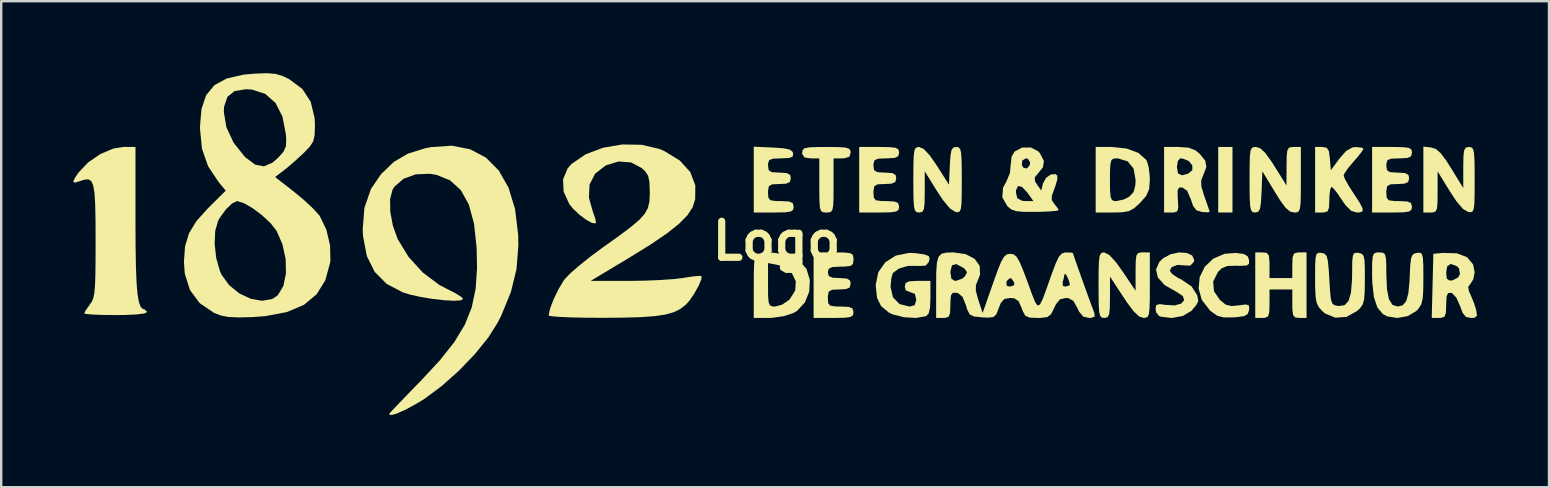
<source format=kicad_pcb>
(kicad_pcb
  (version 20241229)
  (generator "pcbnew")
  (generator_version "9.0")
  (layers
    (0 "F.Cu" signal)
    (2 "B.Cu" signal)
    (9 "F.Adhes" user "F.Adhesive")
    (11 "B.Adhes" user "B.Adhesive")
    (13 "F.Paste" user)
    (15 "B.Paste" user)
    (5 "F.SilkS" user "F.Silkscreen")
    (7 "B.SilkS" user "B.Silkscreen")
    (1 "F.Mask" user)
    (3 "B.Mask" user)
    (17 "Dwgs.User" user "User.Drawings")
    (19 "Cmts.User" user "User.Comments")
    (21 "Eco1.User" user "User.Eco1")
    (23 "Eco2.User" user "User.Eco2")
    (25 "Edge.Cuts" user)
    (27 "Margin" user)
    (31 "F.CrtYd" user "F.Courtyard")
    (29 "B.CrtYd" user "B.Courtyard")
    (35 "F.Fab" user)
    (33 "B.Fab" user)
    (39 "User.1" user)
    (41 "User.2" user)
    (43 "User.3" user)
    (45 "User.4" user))
  (footprint "Logo"
    (layer "F.Cu")
    (at 29.299 6.989)
    (property "Reference" "Logo" (at 0 0 0) (layer "F.SilkS") (effects (font (size 1.5 1.5) (thickness 0.3))))
    (attr board_only exclude_from_pos_files exclude_from_bom)
    (fp_poly (pts (xy 18.991 -2.552) (xy 18.991 -1.187) (xy 18.694 -1.187) (xy 18.397 -1.187) (xy 18.397 -2.552) (xy 18.397 -3.917) (xy 18.694 -3.917) (xy 18.991 -3.917)) (stroke (width 0) (type solid)) (fill yes) (layer "F.SilkS"))
    (fp_poly (pts (xy 2.568 -3.912) (xy 2.867 -3.892) (xy 3.022 -3.844) (xy 3.079 -3.759) (xy 3.086 -3.679) (xy 3.03 -3.506) (xy 2.822 -3.445) (xy 2.73 -3.442) (xy 2.374 -3.442) (xy 2.374 -2.314) (xy 2.372 -1.792) (xy 2.358 -1.463) (xy 2.32 -1.282) (xy 2.247 -1.205) (xy 2.127 -1.187) (xy 2.077 -1.187) (xy 1.94 -1.195) (xy 1.853 -1.248) (xy 1.805 -1.391) (xy 1.785 -1.668) (xy 1.78 -2.124) (xy 1.78 -2.314) (xy 1.78 -3.442) (xy 1.424 -3.442) (xy 1.164 -3.479) (xy 1.072 -3.618) (xy 1.068 -3.679) (xy 1.087 -3.795) (xy 1.174 -3.865) (xy 1.376 -3.902) (xy 1.74 -3.915) (xy 2.077 -3.917)) (stroke (width 0) (type solid)) (fill yes) (layer "F.SilkS"))
    (fp_poly (pts (xy 20.42 0.497) (xy 20.507 0.606) (xy 20.533 0.865) (xy 20.534 1.009) (xy 20.534 1.543) (xy 21.008 1.543) (xy 21.483 1.543) (xy 21.483 1.009) (xy 21.495 0.679) (xy 21.556 0.523) (xy 21.7 0.477) (xy 21.78 0.475) (xy 22.077 0.475) (xy 22.077 1.84) (xy 22.077 3.205) (xy 21.78 3.205) (xy 21.604 3.185) (xy 21.516 3.087) (xy 21.486 2.849) (xy 21.483 2.611) (xy 21.483 2.018) (xy 21.008 2.018) (xy 20.534 2.018) (xy 20.534 2.611) (xy 20.524 2.963) (xy 20.475 3.139) (xy 20.356 3.199) (xy 20.237 3.205) (xy 19.94 3.205) (xy 19.94 1.84) (xy 19.94 0.475) (xy 20.237 0.475)) (stroke (width 0) (type solid)) (fill yes) (layer "F.SilkS"))
    (fp_poly (pts (xy 19.467 0.543) (xy 19.628 0.641) (xy 19.68 0.792) (xy 19.68 0.949) (xy 19.582 1.021) (xy 19.329 1.035) (xy 19.165 1.03) (xy 18.787 1.041) (xy 18.547 1.132) (xy 18.387 1.289) (xy 18.186 1.69) (xy 18.22 2.092) (xy 18.465 2.452) (xy 18.707 2.651) (xy 18.956 2.71) (xy 19.245 2.682) (xy 19.546 2.644) (xy 19.674 2.681) (xy 19.689 2.817) (xy 19.682 2.875) (xy 19.629 3.038) (xy 19.487 3.126) (xy 19.194 3.17) (xy 19.029 3.181) (xy 18.63 3.184) (xy 18.359 3.114) (xy 18.107 2.939) (xy 18.045 2.884) (xy 17.712 2.451) (xy 17.579 1.975) (xy 17.627 1.502) (xy 17.837 1.074) (xy 18.187 0.737) (xy 18.658 0.533) (xy 19.135 0.497)) (stroke (width 0) (type solid)) (fill yes) (layer "F.SilkS"))
    (fp_poly (pts (xy 27.267 -3.895) (xy 27.465 -3.831) (xy 27.663 -3.66) (xy 27.9 -3.343) (xy 28.098 -3.031) (xy 28.605 -2.205) (xy 28.605 -3.061) (xy 28.611 -3.505) (xy 28.638 -3.763) (xy 28.701 -3.883) (xy 28.812 -3.916) (xy 28.842 -3.917) (xy 28.944 -3.902) (xy 29.011 -3.833) (xy 29.052 -3.667) (xy 29.072 -3.366) (xy 29.079 -2.889) (xy 29.079 -2.544) (xy 29.078 -1.957) (xy 29.068 -1.568) (xy 29.041 -1.338) (xy 28.991 -1.228) (xy 28.909 -1.2) (xy 28.815 -1.208) (xy 28.595 -1.333) (xy 28.316 -1.66) (xy 28.044 -2.073) (xy 27.536 -2.899) (xy 27.536 -2.043) (xy 27.532 -1.601) (xy 27.508 -1.345) (xy 27.447 -1.225) (xy 27.33 -1.189) (xy 27.24 -1.187) (xy 26.943 -1.187) (xy 26.943 -2.56) (xy 26.943 -3.933)) (stroke (width 0) (type solid)) (fill yes) (layer "F.SilkS"))
    (fp_poly (pts (xy 0.349 0.557) (xy 0.807 0.722) (xy 0.939 0.804) (xy 1.247 1.166) (xy 1.386 1.622) (xy 1.361 2.108) (xy 1.179 2.56) (xy 0.848 2.914) (xy 0.709 2.997) (xy 0.308 3.13) (xy -0.183 3.2) (xy -0.326 3.204) (xy -0.95 3.205) (xy -0.95 1.901) (xy -0.949 1.825) (xy -0.356 1.825) (xy -0.353 2.282) (xy -0.331 2.552) (xy -0.276 2.683) (xy -0.169 2.726) (xy -0.054 2.73) (xy 0.238 2.648) (xy 0.529 2.449) (xy 0.54 2.439) (xy 0.775 2.067) (xy 0.802 1.682) (xy 0.638 1.336) (xy 0.302 1.081) (xy 0.03 0.994) (xy -0.356 0.92) (xy -0.356 1.825) (xy -0.949 1.825) (xy -0.948 1.331) (xy -0.936 0.955) (xy -0.905 0.729) (xy -0.845 0.608) (xy -0.746 0.55) (xy -0.646 0.522) (xy -0.175 0.483)) (stroke (width 0) (type solid)) (fill yes) (layer "F.SilkS"))
    (fp_poly (pts (xy 14.577 -3.852) (xy 15.071 -3.67) (xy 15.392 -3.386) (xy 15.426 -3.33) (xy 15.501 -3.074) (xy 15.544 -2.701) (xy 15.549 -2.548) (xy 15.52 -2.163) (xy 15.398 -1.88) (xy 15.145 -1.59) (xy 14.895 -1.363) (xy 14.669 -1.242) (xy 14.372 -1.194) (xy 14.017 -1.187) (xy 13.293 -1.187) (xy 13.293 -2.552) (xy 13.887 -2.552) (xy 13.891 -2.099) (xy 13.915 -1.833) (xy 13.972 -1.705) (xy 14.079 -1.664) (xy 14.157 -1.662) (xy 14.464 -1.73) (xy 14.691 -1.846) (xy 14.871 -2.038) (xy 14.947 -2.331) (xy 14.955 -2.552) (xy 14.87 -3.018) (xy 14.624 -3.319) (xy 14.226 -3.44) (xy 14.157 -3.442) (xy 14.02 -3.427) (xy 13.939 -3.35) (xy 13.9 -3.161) (xy 13.888 -2.809) (xy 13.887 -2.552) (xy 13.293 -2.552) (xy 13.293 -3.917) (xy 13.952 -3.917)) (stroke (width 0) (type solid)) (fill yes) (layer "F.SilkS"))
    (fp_poly (pts (xy 17.082 0.497) (xy 17.312 0.602) (xy 17.397 0.785) (xy 17.376 0.879) (xy 17.229 1.028) (xy 17.026 1.018) (xy 16.698 0.996) (xy 16.458 1.088) (xy 16.379 1.241) (xy 16.478 1.374) (xy 16.728 1.54) (xy 16.866 1.608) (xy 17.286 1.891) (xy 17.525 2.26) (xy 17.566 2.506) (xy 17.489 2.661) (xy 17.301 2.887) (xy 17.275 2.913) (xy 16.922 3.122) (xy 16.464 3.208) (xy 16.009 3.153) (xy 15.934 3.126) (xy 15.812 2.972) (xy 15.786 2.825) (xy 15.818 2.668) (xy 15.957 2.628) (xy 16.185 2.66) (xy 16.582 2.683) (xy 16.855 2.608) (xy 16.978 2.466) (xy 16.922 2.292) (xy 16.659 2.117) (xy 16.646 2.111) (xy 16.166 1.837) (xy 15.882 1.521) (xy 15.806 1.189) (xy 15.947 0.867) (xy 16.099 0.721) (xy 16.417 0.549) (xy 16.764 0.477)) (stroke (width 0) (type solid)) (fill yes) (layer "F.SilkS"))
    (fp_poly (pts (xy 15.549 1.84) (xy 15.547 2.425) (xy 15.536 2.813) (xy 15.509 3.045) (xy 15.456 3.16) (xy 15.372 3.199) (xy 15.282 3.203) (xy 15.101 3.142) (xy 14.886 2.943) (xy 14.608 2.575) (xy 14.452 2.342) (xy 13.889 1.484) (xy 13.888 2.344) (xy 13.881 2.79) (xy 13.854 3.049) (xy 13.792 3.17) (xy 13.681 3.204) (xy 13.65 3.205) (xy 13.548 3.19) (xy 13.48 3.12) (xy 13.439 2.954) (xy 13.419 2.652) (xy 13.413 2.173) (xy 13.412 1.84) (xy 13.415 1.253) (xy 13.427 0.864) (xy 13.456 0.631) (xy 13.509 0.516) (xy 13.592 0.478) (xy 13.647 0.475) (xy 13.86 0.581) (xy 14.153 0.903) (xy 14.419 1.275) (xy 14.955 2.075) (xy 14.955 1.275) (xy 14.96 0.851) (xy 14.987 0.611) (xy 15.057 0.504) (xy 15.188 0.476) (xy 15.252 0.475) (xy 15.549 0.475)) (stroke (width 0) (type solid)) (fill yes) (layer "F.SilkS"))
    (fp_poly (pts (xy 21.839 -2.552) (xy 21.838 -1.967) (xy 21.828 -1.578) (xy 21.801 -1.347) (xy 21.748 -1.231) (xy 21.662 -1.191) (xy 21.556 -1.187) (xy 21.384 -1.231) (xy 21.202 -1.387) (xy 20.977 -1.691) (xy 20.755 -2.046) (xy 20.237 -2.904) (xy 20.202 -2.046) (xy 20.177 -1.599) (xy 20.137 -1.339) (xy 20.066 -1.219) (xy 19.949 -1.187) (xy 19.935 -1.187) (xy 19.835 -1.203) (xy 19.769 -1.276) (xy 19.729 -1.448) (xy 19.71 -1.757) (xy 19.703 -2.245) (xy 19.703 -2.552) (xy 19.705 -3.137) (xy 19.715 -3.526) (xy 19.743 -3.757) (xy 19.795 -3.873) (xy 19.88 -3.913) (xy 19.971 -3.917) (xy 20.153 -3.86) (xy 20.358 -3.666) (xy 20.62 -3.304) (xy 20.74 -3.116) (xy 21.241 -2.314) (xy 21.243 -3.116) (xy 21.249 -3.54) (xy 21.278 -3.78) (xy 21.347 -3.888) (xy 21.479 -3.916) (xy 21.543 -3.917) (xy 21.839 -3.917)) (stroke (width 0) (type solid)) (fill yes) (layer "F.SilkS"))
    (fp_poly (pts (xy 22.911 -3.887) (xy 23.005 -3.752) (xy 23.048 -3.449) (xy 23.049 -3.431) (xy 23.086 -2.945) (xy 23.442 -3.428) (xy 23.725 -3.752) (xy 23.982 -3.896) (xy 24.124 -3.914) (xy 24.361 -3.893) (xy 24.45 -3.842) (xy 24.377 -3.719) (xy 24.19 -3.484) (xy 24.035 -3.308) (xy 23.799 -3.025) (xy 23.649 -2.802) (xy 23.62 -2.725) (xy 23.682 -2.568) (xy 23.844 -2.283) (xy 24.035 -1.985) (xy 24.291 -1.593) (xy 24.414 -1.355) (xy 24.409 -1.234) (xy 24.284 -1.191) (xy 24.165 -1.187) (xy 23.933 -1.258) (xy 23.696 -1.495) (xy 23.542 -1.721) (xy 23.337 -2.02) (xy 23.176 -2.214) (xy 23.115 -2.255) (xy 23.062 -2.149) (xy 23.03 -1.88) (xy 23.026 -1.721) (xy 23.014 -1.391) (xy 22.953 -1.235) (xy 22.809 -1.189) (xy 22.729 -1.187) (xy 22.433 -1.187) (xy 22.433 -2.552) (xy 22.433 -3.917) (xy 22.723 -3.917)) (stroke (width 0) (type solid)) (fill yes) (layer "F.SilkS"))
    (fp_poly (pts (xy -0.15 -3.893) (xy 0.292 -3.862) (xy 0.547 -3.809) (xy 0.665 -3.718) (xy 0.69 -3.65) (xy 0.676 -3.521) (xy 0.535 -3.459) (xy 0.214 -3.442) (xy 0.187 -3.442) (xy -0.146 -3.43) (xy -0.305 -3.372) (xy -0.354 -3.232) (xy -0.356 -3.145) (xy -0.33 -2.954) (xy -0.208 -2.869) (xy 0.077 -2.849) (xy 0.119 -2.849) (xy 0.429 -2.829) (xy 0.567 -2.748) (xy 0.593 -2.611) (xy 0.554 -2.456) (xy 0.393 -2.387) (xy 0.119 -2.374) (xy -0.186 -2.36) (xy -0.321 -2.284) (xy -0.355 -2.094) (xy -0.356 -2.018) (xy -0.341 -1.799) (xy -0.251 -1.695) (xy -0.023 -1.664) (xy 0.178 -1.662) (xy 0.512 -1.646) (xy 0.67 -1.582) (xy 0.712 -1.441) (xy 0.712 -1.424) (xy 0.69 -1.3) (xy 0.589 -1.228) (xy 0.358 -1.195) (xy -0.053 -1.187) (xy -0.119 -1.187) (xy -0.95 -1.187) (xy -0.95 -2.557) (xy -0.95 -3.928)) (stroke (width 0) (type solid)) (fill yes) (layer "F.SilkS"))
    (fp_poly (pts (xy 2.808 0.479) (xy 3.056 0.505) (xy 3.171 0.569) (xy 3.203 0.692) (xy 3.205 0.771) (xy 3.183 0.955) (xy 3.074 1.041) (xy 2.815 1.067) (xy 2.671 1.068) (xy 2.337 1.084) (xy 2.179 1.148) (xy 2.137 1.289) (xy 2.136 1.306) (xy 2.176 1.461) (xy 2.337 1.53) (xy 2.611 1.543) (xy 2.922 1.563) (xy 3.059 1.643) (xy 3.086 1.78) (xy 3.046 1.936) (xy 2.885 2.004) (xy 2.611 2.018) (xy 2.307 2.032) (xy 2.171 2.108) (xy 2.137 2.297) (xy 2.136 2.374) (xy 2.152 2.593) (xy 2.241 2.696) (xy 2.469 2.728) (xy 2.671 2.73) (xy 3.004 2.745) (xy 3.162 2.81) (xy 3.204 2.95) (xy 3.205 2.967) (xy 3.182 3.092) (xy 3.081 3.164) (xy 2.851 3.196) (xy 2.44 3.205) (xy 2.374 3.205) (xy 1.543 3.205) (xy 1.543 1.84) (xy 1.543 0.475) (xy 2.374 0.475)) (stroke (width 0) (type solid)) (fill yes) (layer "F.SilkS"))
    (fp_poly (pts (xy 7.582 -3.901) (xy 7.649 -3.828) (xy 7.688 -3.657) (xy 7.708 -3.348) (xy 7.714 -2.861) (xy 7.715 -2.544) (xy 7.713 -1.957) (xy 7.703 -1.568) (xy 7.676 -1.338) (xy 7.626 -1.229) (xy 7.544 -1.2) (xy 7.458 -1.208) (xy 7.228 -1.349) (xy 6.926 -1.712) (xy 6.686 -2.074) (xy 6.172 -2.902) (xy 6.172 -2.044) (xy 6.166 -1.599) (xy 6.139 -1.342) (xy 6.076 -1.221) (xy 5.965 -1.188) (xy 5.935 -1.187) (xy 5.833 -1.201) (xy 5.765 -1.272) (xy 5.725 -1.438) (xy 5.704 -1.74) (xy 5.698 -2.218) (xy 5.697 -2.552) (xy 5.7 -3.138) (xy 5.712 -3.527) (xy 5.74 -3.759) (xy 5.793 -3.875) (xy 5.876 -3.913) (xy 5.939 -3.917) (xy 6.136 -3.83) (xy 6.389 -3.556) (xy 6.681 -3.132) (xy 7.181 -2.346) (xy 7.216 -3.132) (xy 7.243 -3.556) (xy 7.289 -3.794) (xy 7.37 -3.897) (xy 7.483 -3.917)) (stroke (width 0) (type solid)) (fill yes) (layer "F.SilkS"))
    (fp_poly (pts (xy 25.254 0.486) (xy 25.342 0.552) (xy 25.385 0.723) (xy 25.399 1.048) (xy 25.4 1.373) (xy 25.426 2.004) (xy 25.508 2.426) (xy 25.655 2.66) (xy 25.864 2.73) (xy 26.08 2.681) (xy 26.226 2.51) (xy 26.317 2.182) (xy 26.366 1.664) (xy 26.374 1.478) (xy 26.396 1.006) (xy 26.431 0.721) (xy 26.494 0.572) (xy 26.6 0.511) (xy 26.676 0.496) (xy 26.802 0.489) (xy 26.88 0.54) (xy 26.922 0.694) (xy 26.94 0.993) (xy 26.943 1.482) (xy 26.943 1.54) (xy 26.938 2.063) (xy 26.913 2.408) (xy 26.856 2.634) (xy 26.756 2.801) (xy 26.652 2.913) (xy 26.298 3.127) (xy 25.86 3.206) (xy 25.44 3.142) (xy 25.256 3.043) (xy 25.027 2.769) (xy 24.883 2.343) (xy 24.815 1.735) (xy 24.807 1.357) (xy 24.81 0.907) (xy 24.833 0.644) (xy 24.891 0.517) (xy 25.002 0.478) (xy 25.103 0.475)) (stroke (width 0) (type solid)) (fill yes) (layer "F.SilkS"))
    (fp_poly (pts (xy 4.71 -3.91) (xy 4.96 -3.882) (xy 5.074 -3.816) (xy 5.104 -3.698) (xy 5.104 -3.679) (xy 5.069 -3.531) (xy 4.924 -3.461) (xy 4.608 -3.442) (xy 4.57 -3.442) (xy 4.24 -3.43) (xy 4.084 -3.369) (xy 4.038 -3.225) (xy 4.036 -3.145) (xy 4.061 -2.954) (xy 4.184 -2.869) (xy 4.469 -2.849) (xy 4.51 -2.849) (xy 4.821 -2.829) (xy 4.958 -2.748) (xy 4.985 -2.611) (xy 4.945 -2.456) (xy 4.784 -2.387) (xy 4.51 -2.374) (xy 4.206 -2.36) (xy 4.071 -2.284) (xy 4.036 -2.094) (xy 4.036 -2.018) (xy 4.051 -1.799) (xy 4.14 -1.695) (xy 4.368 -1.664) (xy 4.57 -1.662) (xy 4.903 -1.646) (xy 5.061 -1.582) (xy 5.104 -1.441) (xy 5.104 -1.424) (xy 5.081 -1.3) (xy 4.98 -1.228) (xy 4.75 -1.195) (xy 4.339 -1.187) (xy 4.273 -1.187) (xy 3.442 -1.187) (xy 3.442 -2.552) (xy 3.442 -3.917) (xy 4.273 -3.917)) (stroke (width 0) (type solid)) (fill yes) (layer "F.SilkS"))
    (fp_poly (pts (xy 26.074 -3.91) (xy 26.324 -3.882) (xy 26.439 -3.816) (xy 26.468 -3.698) (xy 26.468 -3.679) (xy 26.433 -3.531) (xy 26.288 -3.461) (xy 25.972 -3.442) (xy 25.934 -3.442) (xy 25.605 -3.43) (xy 25.448 -3.369) (xy 25.402 -3.225) (xy 25.4 -3.145) (xy 25.426 -2.954) (xy 25.548 -2.869) (xy 25.833 -2.849) (xy 25.875 -2.849) (xy 26.185 -2.829) (xy 26.323 -2.748) (xy 26.35 -2.611) (xy 26.31 -2.456) (xy 26.149 -2.387) (xy 25.875 -2.374) (xy 25.57 -2.36) (xy 25.435 -2.284) (xy 25.401 -2.094) (xy 25.4 -2.018) (xy 25.415 -1.799) (xy 25.505 -1.695) (xy 25.733 -1.664) (xy 25.934 -1.662) (xy 26.268 -1.646) (xy 26.426 -1.582) (xy 26.468 -1.441) (xy 26.468 -1.424) (xy 26.446 -1.3) (xy 26.345 -1.228) (xy 26.114 -1.195) (xy 25.704 -1.187) (xy 25.637 -1.187) (xy 24.807 -1.187) (xy 24.807 -2.552) (xy 24.807 -3.917) (xy 25.637 -3.917)) (stroke (width 0) (type solid)) (fill yes) (layer "F.SilkS"))
    (fp_poly (pts (xy 28.338 0.512) (xy 28.763 0.675) (xy 29.015 0.974) (xy 29.079 1.3) (xy 29.024 1.594) (xy 28.913 1.771) (xy 28.811 1.907) (xy 28.844 2.097) (xy 28.905 2.23) (xy 29.054 2.592) (xy 29.144 2.878) (xy 29.176 3.112) (xy 29.076 3.196) (xy 28.926 3.205) (xy 28.721 3.164) (xy 28.582 3.001) (xy 28.468 2.701) (xy 28.313 2.354) (xy 28.137 2.171) (xy 28.1 2.158) (xy 27.971 2.172) (xy 27.909 2.313) (xy 27.893 2.635) (xy 27.893 2.662) (xy 27.881 2.995) (xy 27.822 3.154) (xy 27.682 3.202) (xy 27.592 3.205) (xy 27.291 3.205) (xy 27.325 1.869) (xy 27.339 1.314) (xy 27.893 1.314) (xy 27.919 1.567) (xy 28.033 1.648) (xy 28.158 1.64) (xy 28.387 1.522) (xy 28.467 1.379) (xy 28.429 1.145) (xy 28.349 1.055) (xy 28.084 0.954) (xy 27.932 1.061) (xy 27.893 1.314) (xy 27.339 1.314) (xy 27.358 0.534) (xy 27.761 0.496)) (stroke (width 0) (type solid)) (fill yes) (layer "F.SilkS"))
    (fp_poly (pts (xy 24.243 0.496) (xy 24.37 0.528) (xy 24.449 0.612) (xy 24.49 0.795) (xy 24.505 1.125) (xy 24.506 1.586) (xy 24.5 2.094) (xy 24.476 2.425) (xy 24.419 2.637) (xy 24.314 2.79) (xy 24.173 2.921) (xy 23.741 3.161) (xy 23.281 3.195) (xy 22.857 3.025) (xy 22.724 2.913) (xy 22.585 2.754) (xy 22.498 2.576) (xy 22.453 2.321) (xy 22.435 1.929) (xy 22.433 1.54) (xy 22.435 1.031) (xy 22.451 0.715) (xy 22.49 0.55) (xy 22.565 0.491) (xy 22.685 0.494) (xy 22.7 0.496) (xy 22.828 0.531) (xy 22.911 0.623) (xy 22.963 0.819) (xy 22.999 1.166) (xy 23.026 1.602) (xy 23.057 2.108) (xy 23.091 2.424) (xy 23.146 2.597) (xy 23.238 2.675) (xy 23.383 2.705) (xy 23.412 2.708) (xy 23.657 2.677) (xy 23.825 2.499) (xy 23.927 2.15) (xy 23.971 1.604) (xy 23.976 1.29) (xy 23.98 0.856) (xy 24.005 0.611) (xy 24.067 0.505) (xy 24.182 0.489)) (stroke (width 0) (type solid)) (fill yes) (layer "F.SilkS"))
    (fp_poly (pts (xy -26.706 -0.836) (xy -26.701 0.23) (xy -26.687 1.08) (xy -26.661 1.735) (xy -26.62 2.218) (xy -26.562 2.548) (xy -26.486 2.748) (xy -26.389 2.838) (xy -26.33 2.849) (xy -26.234 2.939) (xy -26.231 2.967) (xy -26.344 3.021) (xy -26.665 3.06) (xy -27.161 3.082) (xy -27.536 3.086) (xy -28.061 3.08) (xy -28.485 3.064) (xy -28.761 3.04) (xy -28.842 3.016) (xy -28.776 2.883) (xy -28.615 2.657) (xy -28.605 2.644) (xy -28.523 2.524) (xy -28.462 2.378) (xy -28.42 2.171) (xy -28.392 1.868) (xy -28.376 1.435) (xy -28.369 0.836) (xy -28.367 0.035) (xy -28.367 -0.001) (xy -28.37 -0.874) (xy -28.384 -1.534) (xy -28.414 -2.008) (xy -28.468 -2.322) (xy -28.551 -2.501) (xy -28.671 -2.57) (xy -28.835 -2.555) (xy -29.006 -2.498) (xy -29.236 -2.429) (xy -29.299 -2.478) (xy -29.202 -2.671) (xy -29.079 -2.849) (xy -28.68 -3.272) (xy -28.169 -3.622) (xy -27.629 -3.851) (xy -27.219 -3.917) (xy -26.706 -3.917)) (stroke (width 0) (type solid)) (fill yes) (layer "F.SilkS"))
    (fp_poly (pts (xy 5.782 0.507) (xy 6.157 0.56) (xy 6.34 0.628) (xy 6.377 0.745) (xy 6.336 0.884) (xy 6.205 1.028) (xy 5.934 1.041) (xy 5.888 1.035) (xy 5.475 1.038) (xy 5.097 1.146) (xy 4.849 1.331) (xy 4.841 1.343) (xy 4.781 1.549) (xy 4.75 1.87) (xy 4.749 1.922) (xy 4.847 2.345) (xy 5.12 2.626) (xy 5.535 2.73) (xy 5.546 2.73) (xy 5.753 2.674) (xy 5.816 2.463) (xy 5.816 2.433) (xy 5.76 2.2) (xy 5.579 2.136) (xy 5.38 2.053) (xy 5.341 1.899) (xy 5.376 1.751) (xy 5.521 1.681) (xy 5.837 1.662) (xy 5.875 1.662) (xy 6.409 1.662) (xy 6.409 2.361) (xy 6.391 2.79) (xy 6.33 3.032) (xy 6.222 3.133) (xy 5.807 3.205) (xy 5.306 3.176) (xy 4.842 3.058) (xy 4.669 2.975) (xy 4.352 2.711) (xy 4.183 2.361) (xy 4.131 1.861) (xy 4.13 1.825) (xy 4.237 1.302) (xy 4.529 0.886) (xy 4.97 0.607) (xy 5.522 0.496)) (stroke (width 0) (type solid)) (fill yes) (layer "F.SilkS"))
    (fp_poly (pts (xy 17.159 -3.888) (xy 17.442 -3.781) (xy 17.631 -3.625) (xy 17.859 -3.343) (xy 17.902 -3.083) (xy 17.774 -2.746) (xy 17.766 -2.73) (xy 17.687 -2.512) (xy 17.695 -2.273) (xy 17.798 -1.924) (xy 17.827 -1.841) (xy 17.947 -1.503) (xy 18.025 -1.271) (xy 18.041 -1.21) (xy 17.939 -1.194) (xy 17.718 -1.209) (xy 17.491 -1.279) (xy 17.348 -1.467) (xy 17.263 -1.721) (xy 17.105 -2.089) (xy 16.902 -2.23) (xy 16.764 -2.223) (xy 16.706 -2.11) (xy 16.709 -1.834) (xy 16.717 -1.726) (xy 16.733 -1.396) (xy 16.692 -1.238) (xy 16.562 -1.19) (xy 16.451 -1.187) (xy 16.142 -1.187) (xy 16.142 -2.552) (xy 16.142 -3.086) (xy 16.676 -3.086) (xy 16.722 -2.815) (xy 16.885 -2.736) (xy 17.141 -2.802) (xy 17.319 -2.953) (xy 17.318 -3.15) (xy 17.17 -3.332) (xy 16.908 -3.436) (xy 16.815 -3.442) (xy 16.718 -3.339) (xy 16.676 -3.091) (xy 16.676 -3.086) (xy 16.142 -3.086) (xy 16.142 -3.917) (xy 16.741 -3.917)) (stroke (width 0) (type solid)) (fill yes) (layer "F.SilkS"))
    (fp_poly (pts (xy 10.9 -3.736) (xy 10.972 -3.653) (xy 11.135 -3.335) (xy 11.098 -3.073) (xy 10.916 -2.845) (xy 10.756 -2.65) (xy 10.765 -2.489) (xy 10.85 -2.353) (xy 11.025 -2.102) (xy 11.101 -2.405) (xy 11.229 -2.632) (xy 11.43 -2.774) (xy 11.623 -2.786) (xy 11.695 -2.724) (xy 11.693 -2.559) (xy 11.61 -2.274) (xy 11.575 -2.183) (xy 11.466 -1.884) (xy 11.463 -1.705) (xy 11.566 -1.55) (xy 11.571 -1.545) (xy 11.713 -1.364) (xy 11.75 -1.285) (xy 11.641 -1.255) (xy 11.351 -1.23) (xy 10.935 -1.214) (xy 10.8 -1.212) (xy 10.307 -1.213) (xy 9.989 -1.242) (xy 9.785 -1.311) (xy 9.632 -1.433) (xy 9.613 -1.453) (xy 9.404 -1.818) (xy 9.419 -2.031) (xy 9.97 -2.031) (xy 10.027 -1.78) (xy 10.232 -1.674) (xy 10.413 -1.662) (xy 10.698 -1.662) (xy 10.444 -2.019) (xy 10.222 -2.256) (xy 10.056 -2.289) (xy 9.975 -2.115) (xy 9.97 -2.031) (xy 9.419 -2.031) (xy 9.431 -2.213) (xy 9.579 -2.491) (xy 9.72 -2.832) (xy 9.75 -3.155) (xy 9.751 -3.166) (xy 10.216 -3.166) (xy 10.283 -3.05) (xy 10.429 -3.022) (xy 10.544 -3.158) (xy 10.564 -3.271) (xy 10.468 -3.422) (xy 10.386 -3.442) (xy 10.236 -3.354) (xy 10.216 -3.166) (xy 9.751 -3.166) (xy 9.792 -3.52) (xy 9.912 -3.723) (xy 10.225 -3.893) (xy 10.588 -3.895)) (stroke (width 0) (type solid)) (fill yes) (layer "F.SilkS"))
    (fp_poly (pts (xy -12.763 -3.821) (xy -12.107 -3.474) (xy -11.572 -2.936) (xy -11.164 -2.217) (xy -10.893 -1.326) (xy -10.765 -0.27) (xy -10.756 0.178) (xy -10.832 1.161) (xy -11.062 2.111) (xy -11.466 3.1) (xy -11.607 3.383) (xy -12.012 4.024) (xy -12.574 4.718) (xy -13.242 5.412) (xy -13.96 6.051) (xy -14.676 6.58) (xy -14.927 6.736) (xy -15.437 7.016) (xy -15.827 7.192) (xy -16.07 7.254) (xy -16.142 7.208) (xy -16.063 7.116) (xy -15.846 6.885) (xy -15.517 6.542) (xy -15.105 6.116) (xy -14.788 5.791) (xy -14.014 4.957) (xy -13.421 4.207) (xy -12.99 3.494) (xy -12.701 2.774) (xy -12.537 2) (xy -12.477 1.128) (xy -12.495 0.277) (xy -12.603 -0.723) (xy -12.82 -1.519) (xy -13.151 -2.117) (xy -13.603 -2.528) (xy -14.179 -2.758) (xy -14.447 -2.801) (xy -15.032 -2.777) (xy -15.541 -2.591) (xy -15.914 -2.268) (xy -15.998 -2.136) (xy -16.099 -1.744) (xy -16.092 -1.221) (xy -15.985 -0.643) (xy -15.786 -0.087) (xy -15.782 -0.077) (xy -15.331 0.661) (xy -14.732 1.318) (xy -14.049 1.829) (xy -13.758 1.982) (xy -13.398 2.163) (xy -13.145 2.321) (xy -13.056 2.416) (xy -13.163 2.474) (xy -13.448 2.489) (xy -13.855 2.466) (xy -14.33 2.412) (xy -14.818 2.333) (xy -15.265 2.234) (xy -15.568 2.141) (xy -16.245 1.784) (xy -16.743 1.283) (xy -17.068 0.627) (xy -17.225 -0.192) (xy -17.24 -0.475) (xy -17.169 -1.382) (xy -16.896 -2.17) (xy -16.468 -2.795) (xy -15.944 -3.294) (xy -15.363 -3.636) (xy -14.65 -3.86) (xy -14.401 -3.91) (xy -13.53 -3.97)) (stroke (width 0) (type solid)) (fill yes) (layer "F.SilkS"))
    (fp_poly (pts (xy -5.627 -4.008) (xy -4.888 -3.837) (xy -4.688 -3.753) (xy -4.032 -3.352) (xy -3.596 -2.873) (xy -3.385 -2.318) (xy -3.39 -1.739) (xy -3.495 -1.409) (xy -3.713 -1.074) (xy -4.065 -0.715) (xy -4.571 -0.313) (xy -5.251 0.149) (xy -6.113 0.682) (xy -7.745 1.662) (xy -6.15 1.662) (xy -5.485 1.652) (xy -4.837 1.625) (xy -4.279 1.586) (xy -3.882 1.538) (xy -3.868 1.535) (xy -3.491 1.476) (xy -3.22 1.452) (xy -3.125 1.464) (xy -3.135 1.602) (xy -3.245 1.862) (xy -3.418 2.172) (xy -3.613 2.464) (xy -3.778 2.652) (xy -4.008 2.83) (xy -4.28 2.965) (xy -4.626 3.064) (xy -5.081 3.131) (xy -5.678 3.173) (xy -6.452 3.194) (xy -7.211 3.199) (xy -7.918 3.196) (xy -8.536 3.183) (xy -9.029 3.162) (xy -9.36 3.136) (xy -9.494 3.104) (xy -9.495 3.101) (xy -9.437 2.82) (xy -9.286 2.425) (xy -9.082 2.004) (xy -8.863 1.641) (xy -8.821 1.584) (xy -8.599 1.353) (xy -8.229 1.03) (xy -7.761 0.656) (xy -7.244 0.272) (xy -7.181 0.227) (xy -6.526 -0.24) (xy -6.042 -0.604) (xy -5.703 -0.896) (xy -5.483 -1.145) (xy -5.357 -1.384) (xy -5.298 -1.641) (xy -5.282 -1.948) (xy -5.282 -2.038) (xy -5.295 -2.455) (xy -5.352 -2.719) (xy -5.481 -2.912) (xy -5.615 -3.037) (xy -6.06 -3.272) (xy -6.581 -3.311) (xy -7.113 -3.15) (xy -7.12 -3.146) (xy -7.557 -2.806) (xy -7.791 -2.352) (xy -7.817 -1.802) (xy -7.654 -1.224) (xy -7.553 -0.939) (xy -7.522 -0.759) (xy -7.53 -0.739) (xy -7.674 -0.745) (xy -7.921 -0.878) (xy -8.211 -1.094) (xy -8.481 -1.348) (xy -8.634 -1.537) (xy -8.871 -2.058) (xy -8.894 -2.567) (xy -8.703 -3.024) (xy -8.54 -3.21) (xy -7.952 -3.613) (xy -7.226 -3.886) (xy -6.429 -4.021)) (stroke (width 0) (type solid)) (fill yes) (layer "F.SilkS"))
    (fp_poly (pts (xy -20.869 -6.96) (xy -20.571 -6.871) (xy -20.296 -6.737) (xy -19.755 -6.334) (xy -19.407 -5.801) (xy -19.244 -5.127) (xy -19.23 -4.823) (xy -19.242 -4.413) (xy -19.305 -4.143) (xy -19.458 -3.913) (xy -19.673 -3.69) (xy -20.022 -3.366) (xy -20.379 -3.058) (xy -20.504 -2.959) (xy -20.889 -2.665) (xy -20.087 -2.04) (xy -19.679 -1.7) (xy -19.315 -1.36) (xy -19.062 -1.083) (xy -19.026 -1.034) (xy -18.756 -0.477) (xy -18.6 0.18) (xy -18.586 0.819) (xy -18.596 0.899) (xy -18.798 1.636) (xy -19.159 2.22) (xy -19.688 2.659) (xy -20.397 2.96) (xy -21.295 3.13) (xy -21.839 3.17) (xy -22.421 3.183) (xy -22.834 3.164) (xy -23.147 3.104) (xy -23.428 2.996) (xy -23.442 2.989) (xy -24.031 2.589) (xy -24.436 2.043) (xy -24.652 1.358) (xy -24.688 0.878) (xy -24.641 0.226) (xy -24.611 0.128) (xy -23.408 0.128) (xy -23.342 0.711) (xy -23.191 1.244) (xy -23.119 1.405) (xy -22.801 1.844) (xy -22.38 2.183) (xy -21.907 2.405) (xy -21.434 2.49) (xy -21.015 2.419) (xy -20.778 2.262) (xy -20.546 1.877) (xy -20.437 1.353) (xy -20.45 0.751) (xy -20.584 0.134) (xy -20.829 -0.424) (xy -21.073 -0.736) (xy -21.424 -1.065) (xy -21.817 -1.362) (xy -22.187 -1.577) (xy -22.469 -1.662) (xy -22.473 -1.662) (xy -22.678 -1.567) (xy -22.933 -1.322) (xy -23.178 -0.99) (xy -23.265 -0.838) (xy -23.384 -0.418) (xy -23.408 0.128) (xy -24.611 0.128) (xy -24.477 -0.32) (xy -24.166 -0.83) (xy -23.675 -1.375) (xy -22.946 -2.097) (xy -23.234 -2.443) (xy -23.682 -3.116) (xy -23.937 -3.849) (xy -24.02 -4.703) (xy -24.02 -4.748) (xy -23.967 -5.377) (xy -23.026 -5.377) (xy -22.919 -4.74) (xy -22.62 -4.098) (xy -22.161 -3.52) (xy -22.111 -3.472) (xy -21.714 -3.178) (xy -21.355 -3.11) (xy -20.996 -3.265) (xy -20.767 -3.464) (xy -20.541 -3.716) (xy -20.439 -3.943) (xy -20.426 -4.25) (xy -20.44 -4.443) (xy -20.584 -5.185) (xy -20.871 -5.748) (xy -21.294 -6.124) (xy -21.846 -6.306) (xy -22.104 -6.323) (xy -22.576 -6.245) (xy -22.876 -6.006) (xy -23.014 -5.595) (xy -23.026 -5.377) (xy -23.967 -5.377) (xy -23.956 -5.499) (xy -23.761 -6.075) (xy -23.415 -6.493) (xy -22.899 -6.772) (xy -22.193 -6.931) (xy -21.721 -6.973) (xy -21.222 -6.989)) (stroke (width 0) (type solid)) (fill yes) (layer "F.SilkS"))
    (fp_poly (pts (xy 12.279 0.485) (xy 12.344 0.504) (xy 12.381 0.62) (xy 12.48 0.904) (xy 12.62 1.3) (xy 12.782 1.753) (xy 12.946 2.209) (xy 13.093 2.611) (xy 13.202 2.905) (xy 13.237 2.997) (xy 13.251 3.151) (xy 13.09 3.203) (xy 13.011 3.205) (xy 12.771 3.148) (xy 12.599 2.939) (xy 12.53 2.789) (xy 12.366 2.498) (xy 12.164 2.383) (xy 12.047 2.374) (xy 11.807 2.43) (xy 11.635 2.638) (xy 11.565 2.789) (xy 11.435 3.05) (xy 11.276 3.17) (xy 10.998 3.204) (xy 10.868 3.205) (xy 10.536 3.19) (xy 10.358 3.109) (xy 10.249 2.911) (xy 10.207 2.789) (xy 10.08 2.505) (xy 9.906 2.389) (xy 9.733 2.374) (xy 9.49 2.414) (xy 9.341 2.579) (xy 9.256 2.795) (xy 9.157 3.051) (xy 9.032 3.169) (xy 8.801 3.193) (xy 8.567 3.181) (xy 8.228 3.146) (xy 8.047 3.059) (xy 7.942 2.86) (xy 7.886 2.671) (xy 7.746 2.325) (xy 7.558 2.172) (xy 7.497 2.158) (xy 7.34 2.159) (xy 7.264 2.264) (xy 7.241 2.529) (xy 7.24 2.662) (xy 7.228 2.995) (xy 7.17 3.154) (xy 7.03 3.202) (xy 6.943 3.205) (xy 6.647 3.205) (xy 6.647 1.912) (xy 6.651 1.308) (xy 6.652 1.306) (xy 7.24 1.306) (xy 7.28 1.569) (xy 7.421 1.66) (xy 7.463 1.662) (xy 7.721 1.575) (xy 7.844 1.471) (xy 7.935 1.302) (xy 7.835 1.16) (xy 7.777 1.115) (xy 7.484 0.961) (xy 7.305 1.015) (xy 7.241 1.276) (xy 7.24 1.306) (xy 6.652 1.306) (xy 6.678 0.903) (xy 6.747 0.656) (xy 6.877 0.529) (xy 7.088 0.482) (xy 7.361 0.475) (xy 7.878 0.547) (xy 8.254 0.746) (xy 8.462 1.04) (xy 8.476 1.401) (xy 8.4 1.599) (xy 8.304 1.834) (xy 8.3 2.068) (xy 8.388 2.403) (xy 8.407 2.46) (xy 8.584 2.997) (xy 9.015 1.766) (xy 9.031 1.721) (xy 9.571 1.721) (xy 9.591 1.868) (xy 9.733 1.899) (xy 9.9 1.84) (xy 9.894 1.721) (xy 9.785 1.564) (xy 9.733 1.543) (xy 9.614 1.637) (xy 9.571 1.721) (xy 9.031 1.721) (xy 9.21 1.222) (xy 9.355 0.866) (xy 9.473 0.658) (xy 9.586 0.561) (xy 9.718 0.534) (xy 9.735 0.534) (xy 9.872 0.556) (xy 9.99 0.648) (xy 10.112 0.848) (xy 10.262 1.197) (xy 10.46 1.721) (xy 10.641 2.221) (xy 10.771 2.546) (xy 10.874 2.69) (xy 10.974 2.644) (xy 11.094 2.4) (xy 11.259 1.95) (xy 11.343 1.711) (xy 11.916 1.711) (xy 11.927 1.87) (xy 12.034 1.899) (xy 12.196 1.854) (xy 12.217 1.81) (xy 12.171 1.634) (xy 12.091 1.456) (xy 12.019 1.359) (xy 11.996 1.385) (xy 11.948 1.615) (xy 11.916 1.711) (xy 11.343 1.711) (xy 11.455 1.395) (xy 11.627 0.934) (xy 11.76 0.657) (xy 11.884 0.519) (xy 12.026 0.476) (xy 12.063 0.475)) (stroke (width 0) (type solid)) (fill yes) (layer "F.SilkS")))
  (gr_rect
    (start -3 -3)
    (end 61.475 17.244)
    (stroke (width 0.1) (type default))
    (fill no)
    (layer "Edge.Cuts")))
</source>
